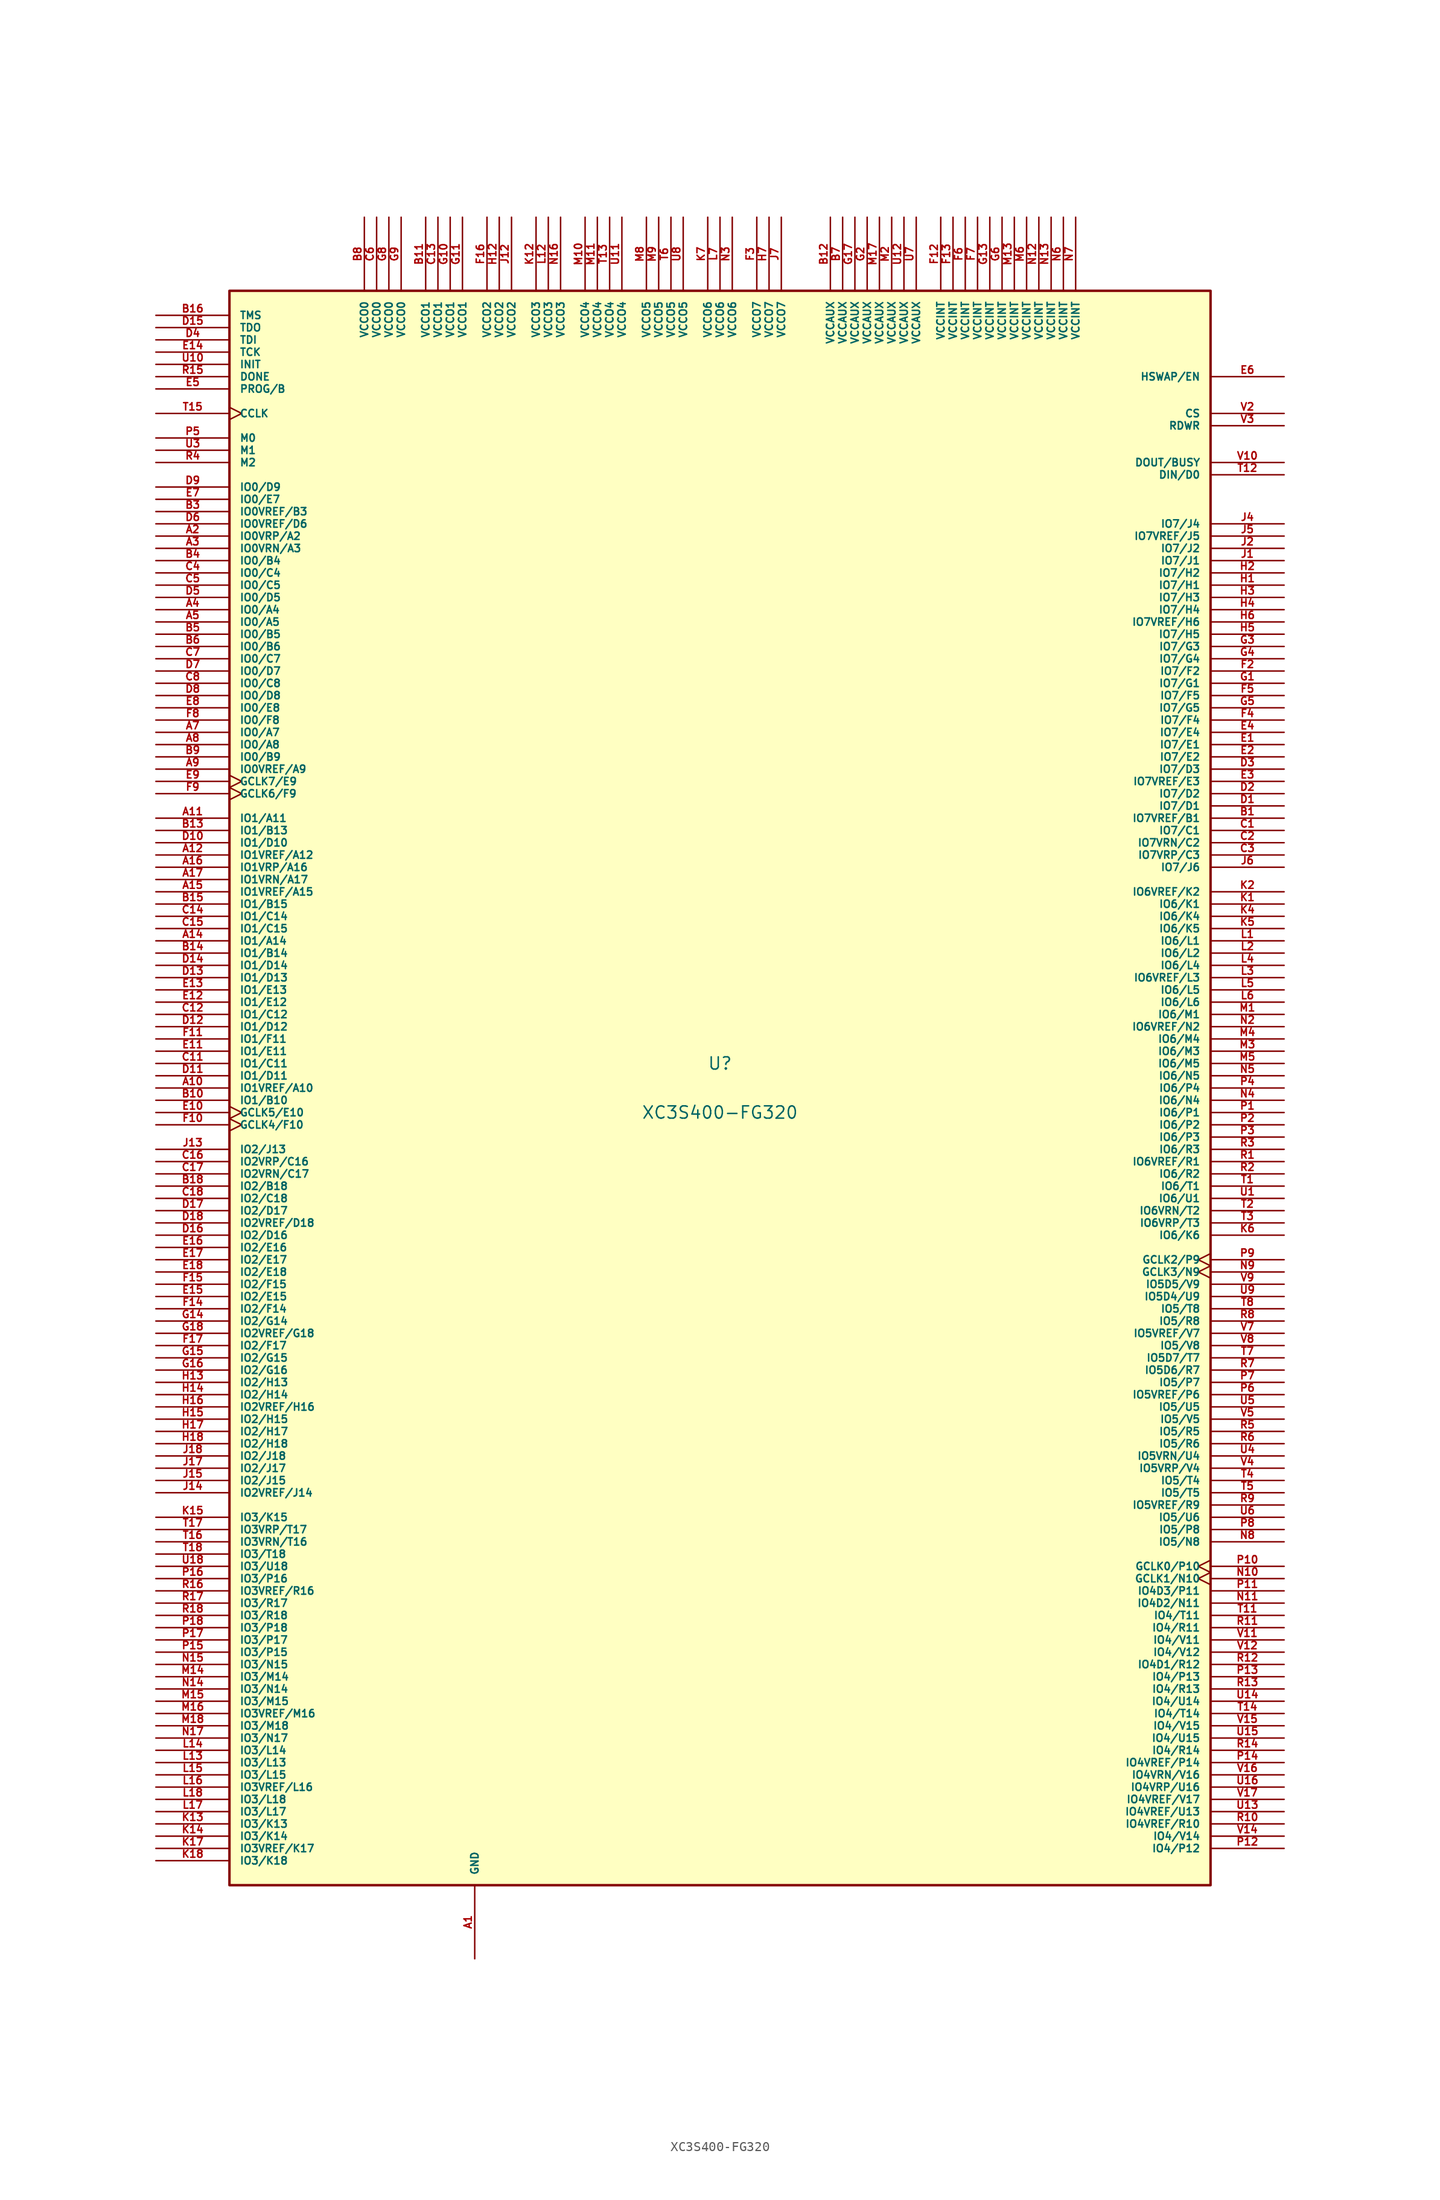
<source format=kicad_sym>
(kicad_symbol_lib
  (version 20231120)
  (generator "kicad_symbol_editor")
  (generator_version "8.0")
  (symbol "XC3S400-FG320"
    (pin_names
      (offset 1.016))
    (property "Reference" "U"
      (at 0 2.54 0)
      (effects (font (size 1.27 1.27))))
    (property "Value" "XC3S400-FG320"
      (at 0 -2.54 0)
      (effects (font (size 1.27 1.27))))
    (symbol "XC3S400-FG320_0_1"
      (rectangle (start -50.8 -82.55) (end 50.8 82.55) (stroke (width 0.254) (type default)) (fill (type background))))
    (symbol "XC3S400-FG320_1_1"
      (pin power_in line (at -25.4 -90.17 90) (length 7.62) (name "GND" (effects (font (size 0.762 0.762)))) (number "A1" (effects (font (size 0.762 0.762)))))
      (pin bidirectional line (at -58.42 0 0) (length 7.62) (name "IO1VREF/A10" (effects (font (size 0.762 0.762)))) (number "A10" (effects (font (size 0.762 0.762)))))
      (pin bidirectional line (at -58.42 27.94 0) (length 7.62) (name "IO1/A11" (effects (font (size 0.762 0.762)))) (number "A11" (effects (font (size 0.762 0.762)))))
      (pin bidirectional line (at -58.42 24.13 0) (length 7.62) (name "IO1VREF/A12" (effects (font (size 0.762 0.762)))) (number "A12" (effects (font (size 0.762 0.762)))))
      (pin passive line (at -25.4 -90.17 90) (length 7.62) hide (name "GND" (effects (font (size 0.762 0.762)))) (number "A13" (effects (font (size 0.762 0.762)))))
      (pin bidirectional line (at -58.42 15.24 0) (length 7.62) (name "IO1/A14" (effects (font (size 0.762 0.762)))) (number "A14" (effects (font (size 0.762 0.762)))))
      (pin bidirectional line (at -58.42 20.32 0) (length 7.62) (name "IO1VREF/A15" (effects (font (size 0.762 0.762)))) (number "A15" (effects (font (size 0.762 0.762)))))
      (pin bidirectional line (at -58.42 22.86 0) (length 7.62) (name "IO1VRP/A16" (effects (font (size 0.762 0.762)))) (number "A16" (effects (font (size 0.762 0.762)))))
      (pin bidirectional line (at -58.42 21.59 0) (length 7.62) (name "IO1VRN/A17" (effects (font (size 0.762 0.762)))) (number "A17" (effects (font (size 0.762 0.762)))))
      (pin passive line (at -25.4 -90.17 90) (length 7.62) hide (name "GND" (effects (font (size 0.762 0.762)))) (number "A18" (effects (font (size 0.762 0.762)))))
      (pin bidirectional line (at -58.42 57.15 0) (length 7.62) (name "IO0VRP/A2" (effects (font (size 0.762 0.762)))) (number "A2" (effects (font (size 0.762 0.762)))))
      (pin bidirectional line (at -58.42 55.88 0) (length 7.62) (name "IO0VRN/A3" (effects (font (size 0.762 0.762)))) (number "A3" (effects (font (size 0.762 0.762)))))
      (pin bidirectional line (at -58.42 49.53 0) (length 7.62) (name "IO0/A4" (effects (font (size 0.762 0.762)))) (number "A4" (effects (font (size 0.762 0.762)))))
      (pin bidirectional line (at -58.42 48.26 0) (length 7.62) (name "IO0/A5" (effects (font (size 0.762 0.762)))) (number "A5" (effects (font (size 0.762 0.762)))))
      (pin passive line (at -25.4 -90.17 90) (length 7.62) hide (name "GND" (effects (font (size 0.762 0.762)))) (number "A6" (effects (font (size 0.762 0.762)))))
      (pin bidirectional line (at -58.42 36.83 0) (length 7.62) (name "IO0/A7" (effects (font (size 0.762 0.762)))) (number "A7" (effects (font (size 0.762 0.762)))))
      (pin bidirectional line (at -58.42 35.56 0) (length 7.62) (name "IO0/A8" (effects (font (size 0.762 0.762)))) (number "A8" (effects (font (size 0.762 0.762)))))
      (pin bidirectional line (at -58.42 33.02 0) (length 7.62) (name "IO0VREF/A9" (effects (font (size 0.762 0.762)))) (number "A9" (effects (font (size 0.762 0.762)))))
      (pin bidirectional line (at 58.42 27.94 180) (length 7.62) (name "IO7VREF/B1" (effects (font (size 0.762 0.762)))) (number "B1" (effects (font (size 0.762 0.762)))))
      (pin bidirectional line (at -58.42 -1.27 0) (length 7.62) (name "IO1/B10" (effects (font (size 0.762 0.762)))) (number "B10" (effects (font (size 0.762 0.762)))))
      (pin power_in line (at -30.48 90.17 270) (length 7.62) (name "VCCO1" (effects (font (size 0.762 0.762)))) (number "B11" (effects (font (size 0.762 0.762)))))
      (pin power_in line (at 11.43 90.17 270) (length 7.62) (name "VCCAUX" (effects (font (size 0.762 0.762)))) (number "B12" (effects (font (size 0.762 0.762)))))
      (pin bidirectional line (at -58.42 26.67 0) (length 7.62) (name "IO1/B13" (effects (font (size 0.762 0.762)))) (number "B13" (effects (font (size 0.762 0.762)))))
      (pin bidirectional line (at -58.42 13.97 0) (length 7.62) (name "IO1/B14" (effects (font (size 0.762 0.762)))) (number "B14" (effects (font (size 0.762 0.762)))))
      (pin bidirectional line (at -58.42 19.05 0) (length 7.62) (name "IO1/B15" (effects (font (size 0.762 0.762)))) (number "B15" (effects (font (size 0.762 0.762)))))
      (pin input line (at -58.42 80.01 0) (length 7.62) (name "TMS" (effects (font (size 0.762 0.762)))) (number "B16" (effects (font (size 0.762 0.762)))))
      (pin passive line (at -25.4 -90.17 90) (length 7.62) hide (name "GND" (effects (font (size 0.762 0.762)))) (number "B17" (effects (font (size 0.762 0.762)))))
      (pin bidirectional line (at -58.42 -10.16 0) (length 7.62) (name "IO2/B18" (effects (font (size 0.762 0.762)))) (number "B18" (effects (font (size 0.762 0.762)))))
      (pin passive line (at -25.4 -90.17 90) (length 7.62) hide (name "GND" (effects (font (size 0.762 0.762)))) (number "B2" (effects (font (size 0.762 0.762)))))
      (pin bidirectional line (at -58.42 59.69 0) (length 7.62) (name "IO0VREF/B3" (effects (font (size 0.762 0.762)))) (number "B3" (effects (font (size 0.762 0.762)))))
      (pin bidirectional line (at -58.42 54.61 0) (length 7.62) (name "IO0/B4" (effects (font (size 0.762 0.762)))) (number "B4" (effects (font (size 0.762 0.762)))))
      (pin bidirectional line (at -58.42 46.99 0) (length 7.62) (name "IO0/B5" (effects (font (size 0.762 0.762)))) (number "B5" (effects (font (size 0.762 0.762)))))
      (pin bidirectional line (at -58.42 45.72 0) (length 7.62) (name "IO0/B6" (effects (font (size 0.762 0.762)))) (number "B6" (effects (font (size 0.762 0.762)))))
      (pin power_in line (at 12.7 90.17 270) (length 7.62) (name "VCCAUX" (effects (font (size 0.762 0.762)))) (number "B7" (effects (font (size 0.762 0.762)))))
      (pin power_in line (at -36.83 90.17 270) (length 7.62) (name "VCCO0" (effects (font (size 0.762 0.762)))) (number "B8" (effects (font (size 0.762 0.762)))))
      (pin bidirectional line (at -58.42 34.29 0) (length 7.62) (name "IO0/B9" (effects (font (size 0.762 0.762)))) (number "B9" (effects (font (size 0.762 0.762)))))
      (pin bidirectional line (at 58.42 26.67 180) (length 7.62) (name "IO7/C1" (effects (font (size 0.762 0.762)))) (number "C1" (effects (font (size 0.762 0.762)))))
      (pin passive line (at -25.4 -90.17 90) (length 7.62) hide (name "GND" (effects (font (size 0.762 0.762)))) (number "C10" (effects (font (size 0.762 0.762)))))
      (pin bidirectional line (at -58.42 2.54 0) (length 7.62) (name "IO1/C11" (effects (font (size 0.762 0.762)))) (number "C11" (effects (font (size 0.762 0.762)))))
      (pin bidirectional line (at -58.42 7.62 0) (length 7.62) (name "IO1/C12" (effects (font (size 0.762 0.762)))) (number "C12" (effects (font (size 0.762 0.762)))))
      (pin power_in line (at -29.21 90.17 270) (length 7.62) (name "VCCO1" (effects (font (size 0.762 0.762)))) (number "C13" (effects (font (size 0.762 0.762)))))
      (pin bidirectional line (at -58.42 17.78 0) (length 7.62) (name "IO1/C14" (effects (font (size 0.762 0.762)))) (number "C14" (effects (font (size 0.762 0.762)))))
      (pin bidirectional line (at -58.42 16.51 0) (length 7.62) (name "IO1/C15" (effects (font (size 0.762 0.762)))) (number "C15" (effects (font (size 0.762 0.762)))))
      (pin bidirectional line (at -58.42 -7.62 0) (length 7.62) (name "IO2VRP/C16" (effects (font (size 0.762 0.762)))) (number "C16" (effects (font (size 0.762 0.762)))))
      (pin bidirectional line (at -58.42 -8.89 0) (length 7.62) (name "IO2VRN/C17" (effects (font (size 0.762 0.762)))) (number "C17" (effects (font (size 0.762 0.762)))))
      (pin bidirectional line (at -58.42 -11.43 0) (length 7.62) (name "IO2/C18" (effects (font (size 0.762 0.762)))) (number "C18" (effects (font (size 0.762 0.762)))))
      (pin bidirectional line (at 58.42 25.4 180) (length 7.62) (name "IO7VRN/C2" (effects (font (size 0.762 0.762)))) (number "C2" (effects (font (size 0.762 0.762)))))
      (pin bidirectional line (at 58.42 24.13 180) (length 7.62) (name "IO7VRP/C3" (effects (font (size 0.762 0.762)))) (number "C3" (effects (font (size 0.762 0.762)))))
      (pin bidirectional line (at -58.42 53.34 0) (length 7.62) (name "IO0/C4" (effects (font (size 0.762 0.762)))) (number "C4" (effects (font (size 0.762 0.762)))))
      (pin bidirectional line (at -58.42 52.07 0) (length 7.62) (name "IO0/C5" (effects (font (size 0.762 0.762)))) (number "C5" (effects (font (size 0.762 0.762)))))
      (pin power_in line (at -35.56 90.17 270) (length 7.62) (name "VCCO0" (effects (font (size 0.762 0.762)))) (number "C6" (effects (font (size 0.762 0.762)))))
      (pin bidirectional line (at -58.42 44.45 0) (length 7.62) (name "IO0/C7" (effects (font (size 0.762 0.762)))) (number "C7" (effects (font (size 0.762 0.762)))))
      (pin bidirectional line (at -58.42 41.91 0) (length 7.62) (name "IO0/C8" (effects (font (size 0.762 0.762)))) (number "C8" (effects (font (size 0.762 0.762)))))
      (pin passive line (at -25.4 -90.17 90) (length 7.62) hide (name "GND" (effects (font (size 0.762 0.762)))) (number "C9" (effects (font (size 0.762 0.762)))))
      (pin bidirectional line (at 58.42 29.21 180) (length 7.62) (name "IO7/D1" (effects (font (size 0.762 0.762)))) (number "D1" (effects (font (size 0.762 0.762)))))
      (pin bidirectional line (at -58.42 25.4 0) (length 7.62) (name "IO1/D10" (effects (font (size 0.762 0.762)))) (number "D10" (effects (font (size 0.762 0.762)))))
      (pin bidirectional line (at -58.42 1.27 0) (length 7.62) (name "IO1/D11" (effects (font (size 0.762 0.762)))) (number "D11" (effects (font (size 0.762 0.762)))))
      (pin bidirectional line (at -58.42 6.35 0) (length 7.62) (name "IO1/D12" (effects (font (size 0.762 0.762)))) (number "D12" (effects (font (size 0.762 0.762)))))
      (pin bidirectional line (at -58.42 11.43 0) (length 7.62) (name "IO1/D13" (effects (font (size 0.762 0.762)))) (number "D13" (effects (font (size 0.762 0.762)))))
      (pin bidirectional line (at -58.42 12.7 0) (length 7.62) (name "IO1/D14" (effects (font (size 0.762 0.762)))) (number "D14" (effects (font (size 0.762 0.762)))))
      (pin output line (at -58.42 78.74 0) (length 7.62) (name "TDO" (effects (font (size 0.762 0.762)))) (number "D15" (effects (font (size 0.762 0.762)))))
      (pin bidirectional line (at -58.42 -15.24 0) (length 7.62) (name "IO2/D16" (effects (font (size 0.762 0.762)))) (number "D16" (effects (font (size 0.762 0.762)))))
      (pin bidirectional line (at -58.42 -12.7 0) (length 7.62) (name "IO2/D17" (effects (font (size 0.762 0.762)))) (number "D17" (effects (font (size 0.762 0.762)))))
      (pin bidirectional line (at -58.42 -13.97 0) (length 7.62) (name "IO2VREF/D18" (effects (font (size 0.762 0.762)))) (number "D18" (effects (font (size 0.762 0.762)))))
      (pin bidirectional line (at 58.42 30.48 180) (length 7.62) (name "IO7/D2" (effects (font (size 0.762 0.762)))) (number "D2" (effects (font (size 0.762 0.762)))))
      (pin bidirectional line (at 58.42 33.02 180) (length 7.62) (name "IO7/D3" (effects (font (size 0.762 0.762)))) (number "D3" (effects (font (size 0.762 0.762)))))
      (pin input line (at -58.42 77.47 0) (length 7.62) (name "TDI" (effects (font (size 0.762 0.762)))) (number "D4" (effects (font (size 0.762 0.762)))))
      (pin bidirectional line (at -58.42 50.8 0) (length 7.62) (name "IO0/D5" (effects (font (size 0.762 0.762)))) (number "D5" (effects (font (size 0.762 0.762)))))
      (pin bidirectional line (at -58.42 58.42 0) (length 7.62) (name "IO0VREF/D6" (effects (font (size 0.762 0.762)))) (number "D6" (effects (font (size 0.762 0.762)))))
      (pin bidirectional line (at -58.42 43.18 0) (length 7.62) (name "IO0/D7" (effects (font (size 0.762 0.762)))) (number "D7" (effects (font (size 0.762 0.762)))))
      (pin bidirectional line (at -58.42 40.64 0) (length 7.62) (name "IO0/D8" (effects (font (size 0.762 0.762)))) (number "D8" (effects (font (size 0.762 0.762)))))
      (pin bidirectional line (at -58.42 62.23 0) (length 7.62) (name "IO0/D9" (effects (font (size 0.762 0.762)))) (number "D9" (effects (font (size 0.762 0.762)))))
      (pin bidirectional line (at 58.42 35.56 180) (length 7.62) (name "IO7/E1" (effects (font (size 0.762 0.762)))) (number "E1" (effects (font (size 0.762 0.762)))))
      (pin input clock (at -58.42 -2.54 0) (length 7.62) (name "GCLK5/E10" (effects (font (size 0.762 0.762)))) (number "E10" (effects (font (size 0.762 0.762)))))
      (pin bidirectional line (at -58.42 3.81 0) (length 7.62) (name "IO1/E11" (effects (font (size 0.762 0.762)))) (number "E11" (effects (font (size 0.762 0.762)))))
      (pin bidirectional line (at -58.42 8.89 0) (length 7.62) (name "IO1/E12" (effects (font (size 0.762 0.762)))) (number "E12" (effects (font (size 0.762 0.762)))))
      (pin bidirectional line (at -58.42 10.16 0) (length 7.62) (name "IO1/E13" (effects (font (size 0.762 0.762)))) (number "E13" (effects (font (size 0.762 0.762)))))
      (pin input line (at -58.42 76.2 0) (length 7.62) (name "TCK" (effects (font (size 0.762 0.762)))) (number "E14" (effects (font (size 0.762 0.762)))))
      (pin bidirectional line (at -58.42 -21.59 0) (length 7.62) (name "IO2/E15" (effects (font (size 0.762 0.762)))) (number "E15" (effects (font (size 0.762 0.762)))))
      (pin bidirectional line (at -58.42 -16.51 0) (length 7.62) (name "IO2/E16" (effects (font (size 0.762 0.762)))) (number "E16" (effects (font (size 0.762 0.762)))))
      (pin bidirectional line (at -58.42 -17.78 0) (length 7.62) (name "IO2/E17" (effects (font (size 0.762 0.762)))) (number "E17" (effects (font (size 0.762 0.762)))))
      (pin bidirectional line (at -58.42 -19.05 0) (length 7.62) (name "IO2/E18" (effects (font (size 0.762 0.762)))) (number "E18" (effects (font (size 0.762 0.762)))))
      (pin bidirectional line (at 58.42 34.29 180) (length 7.62) (name "IO7/E2" (effects (font (size 0.762 0.762)))) (number "E2" (effects (font (size 0.762 0.762)))))
      (pin bidirectional line (at 58.42 31.75 180) (length 7.62) (name "IO7VREF/E3" (effects (font (size 0.762 0.762)))) (number "E3" (effects (font (size 0.762 0.762)))))
      (pin bidirectional line (at 58.42 36.83 180) (length 7.62) (name "IO7/E4" (effects (font (size 0.762 0.762)))) (number "E4" (effects (font (size 0.762 0.762)))))
      (pin input line (at -58.42 72.39 0) (length 7.62) (name "PROG/B" (effects (font (size 0.762 0.762)))) (number "E5" (effects (font (size 0.762 0.762)))))
      (pin input line (at 58.42 73.66 180) (length 7.62) (name "HSWAP/EN" (effects (font (size 0.762 0.762)))) (number "E6" (effects (font (size 0.762 0.762)))))
      (pin bidirectional line (at -58.42 60.96 0) (length 7.62) (name "IO0/E7" (effects (font (size 0.762 0.762)))) (number "E7" (effects (font (size 0.762 0.762)))))
      (pin bidirectional line (at -58.42 39.37 0) (length 7.62) (name "IO0/E8" (effects (font (size 0.762 0.762)))) (number "E8" (effects (font (size 0.762 0.762)))))
      (pin input clock (at -58.42 31.75 0) (length 7.62) (name "GCLK7/E9" (effects (font (size 0.762 0.762)))) (number "E9" (effects (font (size 0.762 0.762)))))
      (pin passive line (at -25.4 -90.17 90) (length 7.62) hide (name "GND" (effects (font (size 0.762 0.762)))) (number "F1" (effects (font (size 0.762 0.762)))))
      (pin input clock (at -58.42 -3.81 0) (length 7.62) (name "GCLK4/F10" (effects (font (size 0.762 0.762)))) (number "F10" (effects (font (size 0.762 0.762)))))
      (pin bidirectional line (at -58.42 5.08 0) (length 7.62) (name "IO1/F11" (effects (font (size 0.762 0.762)))) (number "F11" (effects (font (size 0.762 0.762)))))
      (pin power_in line (at 22.86 90.17 270) (length 7.62) (name "VCCINT" (effects (font (size 0.762 0.762)))) (number "F12" (effects (font (size 0.762 0.762)))))
      (pin power_in line (at 24.13 90.17 270) (length 7.62) (name "VCCINT" (effects (font (size 0.762 0.762)))) (number "F13" (effects (font (size 0.762 0.762)))))
      (pin bidirectional line (at -58.42 -22.86 0) (length 7.62) (name "IO2/F14" (effects (font (size 0.762 0.762)))) (number "F14" (effects (font (size 0.762 0.762)))))
      (pin bidirectional line (at -58.42 -20.32 0) (length 7.62) (name "IO2/F15" (effects (font (size 0.762 0.762)))) (number "F15" (effects (font (size 0.762 0.762)))))
      (pin power_in line (at -24.13 90.17 270) (length 7.62) (name "VCCO2" (effects (font (size 0.762 0.762)))) (number "F16" (effects (font (size 0.762 0.762)))))
      (pin bidirectional line (at -58.42 -26.67 0) (length 7.62) (name "IO2/F17" (effects (font (size 0.762 0.762)))) (number "F17" (effects (font (size 0.762 0.762)))))
      (pin passive line (at -25.4 -90.17 90) (length 7.62) hide (name "GND" (effects (font (size 0.762 0.762)))) (number "F18" (effects (font (size 0.762 0.762)))))
      (pin bidirectional line (at 58.42 43.18 180) (length 7.62) (name "IO7/F2" (effects (font (size 0.762 0.762)))) (number "F2" (effects (font (size 0.762 0.762)))))
      (pin power_in line (at 3.81 90.17 270) (length 7.62) (name "VCCO7" (effects (font (size 0.762 0.762)))) (number "F3" (effects (font (size 0.762 0.762)))))
      (pin bidirectional line (at 58.42 38.1 180) (length 7.62) (name "IO7/F4" (effects (font (size 0.762 0.762)))) (number "F4" (effects (font (size 0.762 0.762)))))
      (pin bidirectional line (at 58.42 40.64 180) (length 7.62) (name "IO7/F5" (effects (font (size 0.762 0.762)))) (number "F5" (effects (font (size 0.762 0.762)))))
      (pin power_in line (at 25.4 90.17 270) (length 7.62) (name "VCCINT" (effects (font (size 0.762 0.762)))) (number "F6" (effects (font (size 0.762 0.762)))))
      (pin power_in line (at 26.67 90.17 270) (length 7.62) (name "VCCINT" (effects (font (size 0.762 0.762)))) (number "F7" (effects (font (size 0.762 0.762)))))
      (pin bidirectional line (at -58.42 38.1 0) (length 7.62) (name "IO0/F8" (effects (font (size 0.762 0.762)))) (number "F8" (effects (font (size 0.762 0.762)))))
      (pin input clock (at -58.42 30.48 0) (length 7.62) (name "GCLK6/F9" (effects (font (size 0.762 0.762)))) (number "F9" (effects (font (size 0.762 0.762)))))
      (pin bidirectional line (at 58.42 41.91 180) (length 7.62) (name "IO7/G1" (effects (font (size 0.762 0.762)))) (number "G1" (effects (font (size 0.762 0.762)))))
      (pin power_in line (at -27.94 90.17 270) (length 7.62) (name "VCCO1" (effects (font (size 0.762 0.762)))) (number "G10" (effects (font (size 0.762 0.762)))))
      (pin power_in line (at -26.67 90.17 270) (length 7.62) (name "VCCO1" (effects (font (size 0.762 0.762)))) (number "G11" (effects (font (size 0.762 0.762)))))
      (pin passive line (at -25.4 -90.17 90) (length 7.62) hide (name "GND" (effects (font (size 0.762 0.762)))) (number "G12" (effects (font (size 0.762 0.762)))))
      (pin power_in line (at 27.94 90.17 270) (length 7.62) (name "VCCINT" (effects (font (size 0.762 0.762)))) (number "G13" (effects (font (size 0.762 0.762)))))
      (pin bidirectional line (at -58.42 -24.13 0) (length 7.62) (name "IO2/G14" (effects (font (size 0.762 0.762)))) (number "G14" (effects (font (size 0.762 0.762)))))
      (pin bidirectional line (at -58.42 -27.94 0) (length 7.62) (name "IO2/G15" (effects (font (size 0.762 0.762)))) (number "G15" (effects (font (size 0.762 0.762)))))
      (pin bidirectional line (at -58.42 -29.21 0) (length 7.62) (name "IO2/G16" (effects (font (size 0.762 0.762)))) (number "G16" (effects (font (size 0.762 0.762)))))
      (pin power_in line (at 13.97 90.17 270) (length 7.62) (name "VCCAUX" (effects (font (size 0.762 0.762)))) (number "G17" (effects (font (size 0.762 0.762)))))
      (pin bidirectional line (at -58.42 -25.4 0) (length 7.62) (name "IO2VREF/G18" (effects (font (size 0.762 0.762)))) (number "G18" (effects (font (size 0.762 0.762)))))
      (pin power_in line (at 15.24 90.17 270) (length 7.62) (name "VCCAUX" (effects (font (size 0.762 0.762)))) (number "G2" (effects (font (size 0.762 0.762)))))
      (pin bidirectional line (at 58.42 45.72 180) (length 7.62) (name "IO7/G3" (effects (font (size 0.762 0.762)))) (number "G3" (effects (font (size 0.762 0.762)))))
      (pin bidirectional line (at 58.42 44.45 180) (length 7.62) (name "IO7/G4" (effects (font (size 0.762 0.762)))) (number "G4" (effects (font (size 0.762 0.762)))))
      (pin bidirectional line (at 58.42 39.37 180) (length 7.62) (name "IO7/G5" (effects (font (size 0.762 0.762)))) (number "G5" (effects (font (size 0.762 0.762)))))
      (pin power_in line (at 29.21 90.17 270) (length 7.62) (name "VCCINT" (effects (font (size 0.762 0.762)))) (number "G6" (effects (font (size 0.762 0.762)))))
      (pin passive line (at -25.4 -90.17 90) (length 7.62) hide (name "GND" (effects (font (size 0.762 0.762)))) (number "G7" (effects (font (size 0.762 0.762)))))
      (pin power_in line (at -34.29 90.17 270) (length 7.62) (name "VCCO0" (effects (font (size 0.762 0.762)))) (number "G8" (effects (font (size 0.762 0.762)))))
      (pin power_in line (at -33.02 90.17 270) (length 7.62) (name "VCCO0" (effects (font (size 0.762 0.762)))) (number "G9" (effects (font (size 0.762 0.762)))))
      (pin bidirectional line (at 58.42 52.07 180) (length 7.62) (name "IO7/H1" (effects (font (size 0.762 0.762)))) (number "H1" (effects (font (size 0.762 0.762)))))
      (pin passive line (at -25.4 -90.17 90) (length 7.62) hide (name "GND" (effects (font (size 0.762 0.762)))) (number "H10" (effects (font (size 0.762 0.762)))))
      (pin passive line (at -25.4 -90.17 90) (length 7.62) hide (name "GND" (effects (font (size 0.762 0.762)))) (number "H11" (effects (font (size 0.762 0.762)))))
      (pin power_in line (at -22.86 90.17 270) (length 7.62) (name "VCCO2" (effects (font (size 0.762 0.762)))) (number "H12" (effects (font (size 0.762 0.762)))))
      (pin bidirectional line (at -58.42 -30.48 0) (length 7.62) (name "IO2/H13" (effects (font (size 0.762 0.762)))) (number "H13" (effects (font (size 0.762 0.762)))))
      (pin bidirectional line (at -58.42 -31.75 0) (length 7.62) (name "IO2/H14" (effects (font (size 0.762 0.762)))) (number "H14" (effects (font (size 0.762 0.762)))))
      (pin bidirectional line (at -58.42 -34.29 0) (length 7.62) (name "IO2/H15" (effects (font (size 0.762 0.762)))) (number "H15" (effects (font (size 0.762 0.762)))))
      (pin bidirectional line (at -58.42 -33.02 0) (length 7.62) (name "IO2VREF/H16" (effects (font (size 0.762 0.762)))) (number "H16" (effects (font (size 0.762 0.762)))))
      (pin bidirectional line (at -58.42 -35.56 0) (length 7.62) (name "IO2/H17" (effects (font (size 0.762 0.762)))) (number "H17" (effects (font (size 0.762 0.762)))))
      (pin bidirectional line (at -58.42 -36.83 0) (length 7.62) (name "IO2/H18" (effects (font (size 0.762 0.762)))) (number "H18" (effects (font (size 0.762 0.762)))))
      (pin bidirectional line (at 58.42 53.34 180) (length 7.62) (name "IO7/H2" (effects (font (size 0.762 0.762)))) (number "H2" (effects (font (size 0.762 0.762)))))
      (pin bidirectional line (at 58.42 50.8 180) (length 7.62) (name "IO7/H3" (effects (font (size 0.762 0.762)))) (number "H3" (effects (font (size 0.762 0.762)))))
      (pin bidirectional line (at 58.42 49.53 180) (length 7.62) (name "IO7/H4" (effects (font (size 0.762 0.762)))) (number "H4" (effects (font (size 0.762 0.762)))))
      (pin bidirectional line (at 58.42 46.99 180) (length 7.62) (name "IO7/H5" (effects (font (size 0.762 0.762)))) (number "H5" (effects (font (size 0.762 0.762)))))
      (pin bidirectional line (at 58.42 48.26 180) (length 7.62) (name "IO7VREF/H6" (effects (font (size 0.762 0.762)))) (number "H6" (effects (font (size 0.762 0.762)))))
      (pin power_in line (at 5.08 90.17 270) (length 7.62) (name "VCCO7" (effects (font (size 0.762 0.762)))) (number "H7" (effects (font (size 0.762 0.762)))))
      (pin passive line (at -25.4 -90.17 90) (length 7.62) hide (name "GND" (effects (font (size 0.762 0.762)))) (number "H8" (effects (font (size 0.762 0.762)))))
      (pin passive line (at -25.4 -90.17 90) (length 7.62) hide (name "GND" (effects (font (size 0.762 0.762)))) (number "H9" (effects (font (size 0.762 0.762)))))
      (pin bidirectional line (at 58.42 54.61 180) (length 7.62) (name "IO7/J1" (effects (font (size 0.762 0.762)))) (number "J1" (effects (font (size 0.762 0.762)))))
      (pin passive line (at -25.4 -90.17 90) (length 7.62) hide (name "GND" (effects (font (size 0.762 0.762)))) (number "J11" (effects (font (size 0.762 0.762)))))
      (pin power_in line (at -21.59 90.17 270) (length 7.62) (name "VCCO2" (effects (font (size 0.762 0.762)))) (number "J12" (effects (font (size 0.762 0.762)))))
      (pin bidirectional line (at -58.42 -6.35 0) (length 7.62) (name "IO2/J13" (effects (font (size 0.762 0.762)))) (number "J13" (effects (font (size 0.762 0.762)))))
      (pin bidirectional line (at -58.42 -41.91 0) (length 7.62) (name "IO2VREF/J14" (effects (font (size 0.762 0.762)))) (number "J14" (effects (font (size 0.762 0.762)))))
      (pin bidirectional line (at -58.42 -40.64 0) (length 7.62) (name "IO2/J15" (effects (font (size 0.762 0.762)))) (number "J15" (effects (font (size 0.762 0.762)))))
      (pin passive line (at -25.4 -90.17 90) (length 7.62) hide (name "GND" (effects (font (size 0.762 0.762)))) (number "J16" (effects (font (size 0.762 0.762)))))
      (pin bidirectional line (at -58.42 -39.37 0) (length 7.62) (name "IO2/J17" (effects (font (size 0.762 0.762)))) (number "J17" (effects (font (size 0.762 0.762)))))
      (pin bidirectional line (at -58.42 -38.1 0) (length 7.62) (name "IO2/J18" (effects (font (size 0.762 0.762)))) (number "J18" (effects (font (size 0.762 0.762)))))
      (pin bidirectional line (at 58.42 55.88 180) (length 7.62) (name "IO7/J2" (effects (font (size 0.762 0.762)))) (number "J2" (effects (font (size 0.762 0.762)))))
      (pin passive line (at -25.4 -90.17 90) (length 7.62) hide (name "GND" (effects (font (size 0.762 0.762)))) (number "J3" (effects (font (size 0.762 0.762)))))
      (pin bidirectional line (at 58.42 58.42 180) (length 7.62) (name "IO7/J4" (effects (font (size 0.762 0.762)))) (number "J4" (effects (font (size 0.762 0.762)))))
      (pin bidirectional line (at 58.42 57.15 180) (length 7.62) (name "IO7VREF/J5" (effects (font (size 0.762 0.762)))) (number "J5" (effects (font (size 0.762 0.762)))))
      (pin bidirectional line (at 58.42 22.86 180) (length 7.62) (name "IO7/J6" (effects (font (size 0.762 0.762)))) (number "J6" (effects (font (size 0.762 0.762)))))
      (pin power_in line (at 6.35 90.17 270) (length 7.62) (name "VCCO7" (effects (font (size 0.762 0.762)))) (number "J7" (effects (font (size 0.762 0.762)))))
      (pin passive line (at -25.4 -90.17 90) (length 7.62) hide (name "GND" (effects (font (size 0.762 0.762)))) (number "J8" (effects (font (size 0.762 0.762)))))
      (pin bidirectional line (at 58.42 19.05 180) (length 7.62) (name "IO6/K1" (effects (font (size 0.762 0.762)))) (number "K1" (effects (font (size 0.762 0.762)))))
      (pin passive line (at -25.4 -90.17 90) (length 7.62) hide (name "GND" (effects (font (size 0.762 0.762)))) (number "K11" (effects (font (size 0.762 0.762)))))
      (pin power_in line (at -19.05 90.17 270) (length 7.62) (name "VCCO3" (effects (font (size 0.762 0.762)))) (number "K12" (effects (font (size 0.762 0.762)))))
      (pin bidirectional line (at -58.42 -76.2 0) (length 7.62) (name "IO3/K13" (effects (font (size 0.762 0.762)))) (number "K13" (effects (font (size 0.762 0.762)))))
      (pin bidirectional line (at -58.42 -77.47 0) (length 7.62) (name "IO3/K14" (effects (font (size 0.762 0.762)))) (number "K14" (effects (font (size 0.762 0.762)))))
      (pin bidirectional line (at -58.42 -44.45 0) (length 7.62) (name "IO3/K15" (effects (font (size 0.762 0.762)))) (number "K15" (effects (font (size 0.762 0.762)))))
      (pin passive line (at -25.4 -90.17 90) (length 7.62) hide (name "GND" (effects (font (size 0.762 0.762)))) (number "K16" (effects (font (size 0.762 0.762)))))
      (pin bidirectional line (at -58.42 -78.74 0) (length 7.62) (name "IO3VREF/K17" (effects (font (size 0.762 0.762)))) (number "K17" (effects (font (size 0.762 0.762)))))
      (pin bidirectional line (at -58.42 -80.01 0) (length 7.62) (name "IO3/K18" (effects (font (size 0.762 0.762)))) (number "K18" (effects (font (size 0.762 0.762)))))
      (pin bidirectional line (at 58.42 20.32 180) (length 7.62) (name "IO6VREF/K2" (effects (font (size 0.762 0.762)))) (number "K2" (effects (font (size 0.762 0.762)))))
      (pin passive line (at -25.4 -90.17 90) (length 7.62) hide (name "GND" (effects (font (size 0.762 0.762)))) (number "K3" (effects (font (size 0.762 0.762)))))
      (pin bidirectional line (at 58.42 17.78 180) (length 7.62) (name "IO6/K4" (effects (font (size 0.762 0.762)))) (number "K4" (effects (font (size 0.762 0.762)))))
      (pin bidirectional line (at 58.42 16.51 180) (length 7.62) (name "IO6/K5" (effects (font (size 0.762 0.762)))) (number "K5" (effects (font (size 0.762 0.762)))))
      (pin bidirectional line (at 58.42 -15.24 180) (length 7.62) (name "IO6/K6" (effects (font (size 0.762 0.762)))) (number "K6" (effects (font (size 0.762 0.762)))))
      (pin power_in line (at -1.27 90.17 270) (length 7.62) (name "VCCO6" (effects (font (size 0.762 0.762)))) (number "K7" (effects (font (size 0.762 0.762)))))
      (pin passive line (at -25.4 -90.17 90) (length 7.62) hide (name "GND" (effects (font (size 0.762 0.762)))) (number "K8" (effects (font (size 0.762 0.762)))))
      (pin bidirectional line (at 58.42 15.24 180) (length 7.62) (name "IO6/L1" (effects (font (size 0.762 0.762)))) (number "L1" (effects (font (size 0.762 0.762)))))
      (pin passive line (at -25.4 -90.17 90) (length 7.62) hide (name "GND" (effects (font (size 0.762 0.762)))) (number "L10" (effects (font (size 0.762 0.762)))))
      (pin passive line (at -25.4 -90.17 90) (length 7.62) hide (name "GND" (effects (font (size 0.762 0.762)))) (number "L11" (effects (font (size 0.762 0.762)))))
      (pin power_in line (at -17.78 90.17 270) (length 7.62) (name "VCCO3" (effects (font (size 0.762 0.762)))) (number "L12" (effects (font (size 0.762 0.762)))))
      (pin bidirectional line (at -58.42 -69.85 0) (length 7.62) (name "IO3/L13" (effects (font (size 0.762 0.762)))) (number "L13" (effects (font (size 0.762 0.762)))))
      (pin bidirectional line (at -58.42 -68.58 0) (length 7.62) (name "IO3/L14" (effects (font (size 0.762 0.762)))) (number "L14" (effects (font (size 0.762 0.762)))))
      (pin bidirectional line (at -58.42 -71.12 0) (length 7.62) (name "IO3/L15" (effects (font (size 0.762 0.762)))) (number "L15" (effects (font (size 0.762 0.762)))))
      (pin bidirectional line (at -58.42 -72.39 0) (length 7.62) (name "IO3VREF/L16" (effects (font (size 0.762 0.762)))) (number "L16" (effects (font (size 0.762 0.762)))))
      (pin bidirectional line (at -58.42 -74.93 0) (length 7.62) (name "IO3/L17" (effects (font (size 0.762 0.762)))) (number "L17" (effects (font (size 0.762 0.762)))))
      (pin bidirectional line (at -58.42 -73.66 0) (length 7.62) (name "IO3/L18" (effects (font (size 0.762 0.762)))) (number "L18" (effects (font (size 0.762 0.762)))))
      (pin bidirectional line (at 58.42 13.97 180) (length 7.62) (name "IO6/L2" (effects (font (size 0.762 0.762)))) (number "L2" (effects (font (size 0.762 0.762)))))
      (pin bidirectional line (at 58.42 11.43 180) (length 7.62) (name "IO6VREF/L3" (effects (font (size 0.762 0.762)))) (number "L3" (effects (font (size 0.762 0.762)))))
      (pin bidirectional line (at 58.42 12.7 180) (length 7.62) (name "IO6/L4" (effects (font (size 0.762 0.762)))) (number "L4" (effects (font (size 0.762 0.762)))))
      (pin bidirectional line (at 58.42 10.16 180) (length 7.62) (name "IO6/L5" (effects (font (size 0.762 0.762)))) (number "L5" (effects (font (size 0.762 0.762)))))
      (pin bidirectional line (at 58.42 8.89 180) (length 7.62) (name "IO6/L6" (effects (font (size 0.762 0.762)))) (number "L6" (effects (font (size 0.762 0.762)))))
      (pin power_in line (at 0 90.17 270) (length 7.62) (name "VCCO6" (effects (font (size 0.762 0.762)))) (number "L7" (effects (font (size 0.762 0.762)))))
      (pin passive line (at -25.4 -90.17 90) (length 7.62) hide (name "GND" (effects (font (size 0.762 0.762)))) (number "L8" (effects (font (size 0.762 0.762)))))
      (pin passive line (at -25.4 -90.17 90) (length 7.62) hide (name "GND" (effects (font (size 0.762 0.762)))) (number "L9" (effects (font (size 0.762 0.762)))))
      (pin bidirectional line (at 58.42 7.62 180) (length 7.62) (name "IO6/M1" (effects (font (size 0.762 0.762)))) (number "M1" (effects (font (size 0.762 0.762)))))
      (pin power_in line (at -13.97 90.17 270) (length 7.62) (name "VCCO4" (effects (font (size 0.762 0.762)))) (number "M10" (effects (font (size 0.762 0.762)))))
      (pin power_in line (at -12.7 90.17 270) (length 7.62) (name "VCCO4" (effects (font (size 0.762 0.762)))) (number "M11" (effects (font (size 0.762 0.762)))))
      (pin passive line (at -25.4 -90.17 90) (length 7.62) hide (name "GND" (effects (font (size 0.762 0.762)))) (number "M12" (effects (font (size 0.762 0.762)))))
      (pin power_in line (at 30.48 90.17 270) (length 7.62) (name "VCCINT" (effects (font (size 0.762 0.762)))) (number "M13" (effects (font (size 0.762 0.762)))))
      (pin bidirectional line (at -58.42 -60.96 0) (length 7.62) (name "IO3/M14" (effects (font (size 0.762 0.762)))) (number "M14" (effects (font (size 0.762 0.762)))))
      (pin bidirectional line (at -58.42 -63.5 0) (length 7.62) (name "IO3/M15" (effects (font (size 0.762 0.762)))) (number "M15" (effects (font (size 0.762 0.762)))))
      (pin bidirectional line (at -58.42 -64.77 0) (length 7.62) (name "IO3VREF/M16" (effects (font (size 0.762 0.762)))) (number "M16" (effects (font (size 0.762 0.762)))))
      (pin power_in line (at 16.51 90.17 270) (length 7.62) (name "VCCAUX" (effects (font (size 0.762 0.762)))) (number "M17" (effects (font (size 0.762 0.762)))))
      (pin bidirectional line (at -58.42 -66.04 0) (length 7.62) (name "IO3/M18" (effects (font (size 0.762 0.762)))) (number "M18" (effects (font (size 0.762 0.762)))))
      (pin power_in line (at 17.78 90.17 270) (length 7.62) (name "VCCAUX" (effects (font (size 0.762 0.762)))) (number "M2" (effects (font (size 0.762 0.762)))))
      (pin bidirectional line (at 58.42 3.81 180) (length 7.62) (name "IO6/M3" (effects (font (size 0.762 0.762)))) (number "M3" (effects (font (size 0.762 0.762)))))
      (pin bidirectional line (at 58.42 5.08 180) (length 7.62) (name "IO6/M4" (effects (font (size 0.762 0.762)))) (number "M4" (effects (font (size 0.762 0.762)))))
      (pin bidirectional line (at 58.42 2.54 180) (length 7.62) (name "IO6/M5" (effects (font (size 0.762 0.762)))) (number "M5" (effects (font (size 0.762 0.762)))))
      (pin power_in line (at 31.75 90.17 270) (length 7.62) (name "VCCINT" (effects (font (size 0.762 0.762)))) (number "M6" (effects (font (size 0.762 0.762)))))
      (pin passive line (at -25.4 -90.17 90) (length 7.62) hide (name "GND" (effects (font (size 0.762 0.762)))) (number "M7" (effects (font (size 0.762 0.762)))))
      (pin power_in line (at -7.62 90.17 270) (length 7.62) (name "VCCO5" (effects (font (size 0.762 0.762)))) (number "M8" (effects (font (size 0.762 0.762)))))
      (pin power_in line (at -6.35 90.17 270) (length 7.62) (name "VCCO5" (effects (font (size 0.762 0.762)))) (number "M9" (effects (font (size 0.762 0.762)))))
      (pin passive line (at -25.4 -90.17 90) (length 7.62) hide (name "GND" (effects (font (size 0.762 0.762)))) (number "N1" (effects (font (size 0.762 0.762)))))
      (pin input clock (at 58.42 -50.8 180) (length 7.62) (name "GCLK1/N10" (effects (font (size 0.762 0.762)))) (number "N10" (effects (font (size 0.762 0.762)))))
      (pin bidirectional line (at 58.42 -53.34 180) (length 7.62) (name "IO4D2/N11" (effects (font (size 0.762 0.762)))) (number "N11" (effects (font (size 0.762 0.762)))))
      (pin power_in line (at 33.02 90.17 270) (length 7.62) (name "VCCINT" (effects (font (size 0.762 0.762)))) (number "N12" (effects (font (size 0.762 0.762)))))
      (pin power_in line (at 34.29 90.17 270) (length 7.62) (name "VCCINT" (effects (font (size 0.762 0.762)))) (number "N13" (effects (font (size 0.762 0.762)))))
      (pin bidirectional line (at -58.42 -62.23 0) (length 7.62) (name "IO3/N14" (effects (font (size 0.762 0.762)))) (number "N14" (effects (font (size 0.762 0.762)))))
      (pin bidirectional line (at -58.42 -59.69 0) (length 7.62) (name "IO3/N15" (effects (font (size 0.762 0.762)))) (number "N15" (effects (font (size 0.762 0.762)))))
      (pin power_in line (at -16.51 90.17 270) (length 7.62) (name "VCCO3" (effects (font (size 0.762 0.762)))) (number "N16" (effects (font (size 0.762 0.762)))))
      (pin bidirectional line (at -58.42 -67.31 0) (length 7.62) (name "IO3/N17" (effects (font (size 0.762 0.762)))) (number "N17" (effects (font (size 0.762 0.762)))))
      (pin passive line (at -25.4 -90.17 90) (length 7.62) hide (name "GND" (effects (font (size 0.762 0.762)))) (number "N18" (effects (font (size 0.762 0.762)))))
      (pin bidirectional line (at 58.42 6.35 180) (length 7.62) (name "IO6VREF/N2" (effects (font (size 0.762 0.762)))) (number "N2" (effects (font (size 0.762 0.762)))))
      (pin power_in line (at 1.27 90.17 270) (length 7.62) (name "VCCO6" (effects (font (size 0.762 0.762)))) (number "N3" (effects (font (size 0.762 0.762)))))
      (pin bidirectional line (at 58.42 -1.27 180) (length 7.62) (name "IO6/N4" (effects (font (size 0.762 0.762)))) (number "N4" (effects (font (size 0.762 0.762)))))
      (pin bidirectional line (at 58.42 1.27 180) (length 7.62) (name "IO6/N5" (effects (font (size 0.762 0.762)))) (number "N5" (effects (font (size 0.762 0.762)))))
      (pin power_in line (at 35.56 90.17 270) (length 7.62) (name "VCCINT" (effects (font (size 0.762 0.762)))) (number "N6" (effects (font (size 0.762 0.762)))))
      (pin power_in line (at 36.83 90.17 270) (length 7.62) (name "VCCINT" (effects (font (size 0.762 0.762)))) (number "N7" (effects (font (size 0.762 0.762)))))
      (pin bidirectional line (at 58.42 -46.99 180) (length 7.62) (name "IO5/N8" (effects (font (size 0.762 0.762)))) (number "N8" (effects (font (size 0.762 0.762)))))
      (pin input clock (at 58.42 -19.05 180) (length 7.62) (name "GCLK3/N9" (effects (font (size 0.762 0.762)))) (number "N9" (effects (font (size 0.762 0.762)))))
      (pin bidirectional line (at 58.42 -2.54 180) (length 7.62) (name "IO6/P1" (effects (font (size 0.762 0.762)))) (number "P1" (effects (font (size 0.762 0.762)))))
      (pin input clock (at 58.42 -49.53 180) (length 7.62) (name "GCLK0/P10" (effects (font (size 0.762 0.762)))) (number "P10" (effects (font (size 0.762 0.762)))))
      (pin bidirectional line (at 58.42 -52.07 180) (length 7.62) (name "IO4D3/P11" (effects (font (size 0.762 0.762)))) (number "P11" (effects (font (size 0.762 0.762)))))
      (pin bidirectional line (at 58.42 -78.74 180) (length 7.62) (name "IO4/P12" (effects (font (size 0.762 0.762)))) (number "P12" (effects (font (size 0.762 0.762)))))
      (pin bidirectional line (at 58.42 -60.96 180) (length 7.62) (name "IO4/P13" (effects (font (size 0.762 0.762)))) (number "P13" (effects (font (size 0.762 0.762)))))
      (pin bidirectional line (at 58.42 -69.85 180) (length 7.62) (name "IO4VREF/P14" (effects (font (size 0.762 0.762)))) (number "P14" (effects (font (size 0.762 0.762)))))
      (pin bidirectional line (at -58.42 -58.42 0) (length 7.62) (name "IO3/P15" (effects (font (size 0.762 0.762)))) (number "P15" (effects (font (size 0.762 0.762)))))
      (pin bidirectional line (at -58.42 -50.8 0) (length 7.62) (name "IO3/P16" (effects (font (size 0.762 0.762)))) (number "P16" (effects (font (size 0.762 0.762)))))
      (pin bidirectional line (at -58.42 -57.15 0) (length 7.62) (name "IO3/P17" (effects (font (size 0.762 0.762)))) (number "P17" (effects (font (size 0.762 0.762)))))
      (pin bidirectional line (at -58.42 -55.88 0) (length 7.62) (name "IO3/P18" (effects (font (size 0.762 0.762)))) (number "P18" (effects (font (size 0.762 0.762)))))
      (pin bidirectional line (at 58.42 -3.81 180) (length 7.62) (name "IO6/P2" (effects (font (size 0.762 0.762)))) (number "P2" (effects (font (size 0.762 0.762)))))
      (pin bidirectional line (at 58.42 -5.08 180) (length 7.62) (name "IO6/P3" (effects (font (size 0.762 0.762)))) (number "P3" (effects (font (size 0.762 0.762)))))
      (pin bidirectional line (at 58.42 0 180) (length 7.62) (name "IO6/P4" (effects (font (size 0.762 0.762)))) (number "P4" (effects (font (size 0.762 0.762)))))
      (pin input line (at -58.42 67.31 0) (length 7.62) (name "M0" (effects (font (size 0.762 0.762)))) (number "P5" (effects (font (size 0.762 0.762)))))
      (pin bidirectional line (at 58.42 -31.75 180) (length 7.62) (name "IO5VREF/P6" (effects (font (size 0.762 0.762)))) (number "P6" (effects (font (size 0.762 0.762)))))
      (pin bidirectional line (at 58.42 -30.48 180) (length 7.62) (name "IO5/P7" (effects (font (size 0.762 0.762)))) (number "P7" (effects (font (size 0.762 0.762)))))
      (pin bidirectional line (at 58.42 -45.72 180) (length 7.62) (name "IO5/P8" (effects (font (size 0.762 0.762)))) (number "P8" (effects (font (size 0.762 0.762)))))
      (pin input clock (at 58.42 -17.78 180) (length 7.62) (name "GCLK2/P9" (effects (font (size 0.762 0.762)))) (number "P9" (effects (font (size 0.762 0.762)))))
      (pin bidirectional line (at 58.42 -7.62 180) (length 7.62) (name "IO6VREF/R1" (effects (font (size 0.762 0.762)))) (number "R1" (effects (font (size 0.762 0.762)))))
      (pin bidirectional line (at 58.42 -76.2 180) (length 7.62) (name "IO4VREF/R10" (effects (font (size 0.762 0.762)))) (number "R10" (effects (font (size 0.762 0.762)))))
      (pin bidirectional line (at 58.42 -55.88 180) (length 7.62) (name "IO4/R11" (effects (font (size 0.762 0.762)))) (number "R11" (effects (font (size 0.762 0.762)))))
      (pin bidirectional line (at 58.42 -59.69 180) (length 7.62) (name "IO4D1/R12" (effects (font (size 0.762 0.762)))) (number "R12" (effects (font (size 0.762 0.762)))))
      (pin bidirectional line (at 58.42 -62.23 180) (length 7.62) (name "IO4/R13" (effects (font (size 0.762 0.762)))) (number "R13" (effects (font (size 0.762 0.762)))))
      (pin bidirectional line (at 58.42 -68.58 180) (length 7.62) (name "IO4/R14" (effects (font (size 0.762 0.762)))) (number "R14" (effects (font (size 0.762 0.762)))))
      (pin output line (at -58.42 73.66 0) (length 7.62) (name "DONE" (effects (font (size 0.762 0.762)))) (number "R15" (effects (font (size 0.762 0.762)))))
      (pin bidirectional line (at -58.42 -52.07 0) (length 7.62) (name "IO3VREF/R16" (effects (font (size 0.762 0.762)))) (number "R16" (effects (font (size 0.762 0.762)))))
      (pin bidirectional line (at -58.42 -53.34 0) (length 7.62) (name "IO3/R17" (effects (font (size 0.762 0.762)))) (number "R17" (effects (font (size 0.762 0.762)))))
      (pin bidirectional line (at -58.42 -54.61 0) (length 7.62) (name "IO3/R18" (effects (font (size 0.762 0.762)))) (number "R18" (effects (font (size 0.762 0.762)))))
      (pin bidirectional line (at 58.42 -8.89 180) (length 7.62) (name "IO6/R2" (effects (font (size 0.762 0.762)))) (number "R2" (effects (font (size 0.762 0.762)))))
      (pin bidirectional line (at 58.42 -6.35 180) (length 7.62) (name "IO6/R3" (effects (font (size 0.762 0.762)))) (number "R3" (effects (font (size 0.762 0.762)))))
      (pin input line (at -58.42 64.77 0) (length 7.62) (name "M2" (effects (font (size 0.762 0.762)))) (number "R4" (effects (font (size 0.762 0.762)))))
      (pin bidirectional line (at 58.42 -35.56 180) (length 7.62) (name "IO5/R5" (effects (font (size 0.762 0.762)))) (number "R5" (effects (font (size 0.762 0.762)))))
      (pin bidirectional line (at 58.42 -36.83 180) (length 7.62) (name "IO5/R6" (effects (font (size 0.762 0.762)))) (number "R6" (effects (font (size 0.762 0.762)))))
      (pin bidirectional line (at 58.42 -29.21 180) (length 7.62) (name "IO5D6/R7" (effects (font (size 0.762 0.762)))) (number "R7" (effects (font (size 0.762 0.762)))))
      (pin bidirectional line (at 58.42 -24.13 180) (length 7.62) (name "IO5/R8" (effects (font (size 0.762 0.762)))) (number "R8" (effects (font (size 0.762 0.762)))))
      (pin bidirectional line (at 58.42 -43.18 180) (length 7.62) (name "IO5VREF/R9" (effects (font (size 0.762 0.762)))) (number "R9" (effects (font (size 0.762 0.762)))))
      (pin bidirectional line (at 58.42 -10.16 180) (length 7.62) (name "IO6/T1" (effects (font (size 0.762 0.762)))) (number "T1" (effects (font (size 0.762 0.762)))))
      (pin passive line (at -25.4 -90.17 90) (length 7.62) hide (name "GND" (effects (font (size 0.762 0.762)))) (number "T10" (effects (font (size 0.762 0.762)))))
      (pin bidirectional line (at 58.42 -54.61 180) (length 7.62) (name "IO4/T11" (effects (font (size 0.762 0.762)))) (number "T11" (effects (font (size 0.762 0.762)))))
      (pin input line (at 58.42 63.5 180) (length 7.62) (name "DIN/D0" (effects (font (size 0.762 0.762)))) (number "T12" (effects (font (size 0.762 0.762)))))
      (pin power_in line (at -11.43 90.17 270) (length 7.62) (name "VCCO4" (effects (font (size 0.762 0.762)))) (number "T13" (effects (font (size 0.762 0.762)))))
      (pin bidirectional line (at 58.42 -64.77 180) (length 7.62) (name "IO4/T14" (effects (font (size 0.762 0.762)))) (number "T14" (effects (font (size 0.762 0.762)))))
      (pin input clock (at -58.42 69.85 0) (length 7.62) (name "CCLK" (effects (font (size 0.762 0.762)))) (number "T15" (effects (font (size 0.762 0.762)))))
      (pin bidirectional line (at -58.42 -46.99 0) (length 7.62) (name "IO3VRN/T16" (effects (font (size 0.762 0.762)))) (number "T16" (effects (font (size 0.762 0.762)))))
      (pin bidirectional line (at -58.42 -45.72 0) (length 7.62) (name "IO3VRP/T17" (effects (font (size 0.762 0.762)))) (number "T17" (effects (font (size 0.762 0.762)))))
      (pin bidirectional line (at -58.42 -48.26 0) (length 7.62) (name "IO3/T18" (effects (font (size 0.762 0.762)))) (number "T18" (effects (font (size 0.762 0.762)))))
      (pin bidirectional line (at 58.42 -12.7 180) (length 7.62) (name "IO6VRN/T2" (effects (font (size 0.762 0.762)))) (number "T2" (effects (font (size 0.762 0.762)))))
      (pin bidirectional line (at 58.42 -13.97 180) (length 7.62) (name "IO6VRP/T3" (effects (font (size 0.762 0.762)))) (number "T3" (effects (font (size 0.762 0.762)))))
      (pin bidirectional line (at 58.42 -40.64 180) (length 7.62) (name "IO5/T4" (effects (font (size 0.762 0.762)))) (number "T4" (effects (font (size 0.762 0.762)))))
      (pin bidirectional line (at 58.42 -41.91 180) (length 7.62) (name "IO5/T5" (effects (font (size 0.762 0.762)))) (number "T5" (effects (font (size 0.762 0.762)))))
      (pin power_in line (at -5.08 90.17 270) (length 7.62) (name "VCCO5" (effects (font (size 0.762 0.762)))) (number "T6" (effects (font (size 0.762 0.762)))))
      (pin bidirectional line (at 58.42 -27.94 180) (length 7.62) (name "IO5D7/T7" (effects (font (size 0.762 0.762)))) (number "T7" (effects (font (size 0.762 0.762)))))
      (pin bidirectional line (at 58.42 -22.86 180) (length 7.62) (name "IO5/T8" (effects (font (size 0.762 0.762)))) (number "T8" (effects (font (size 0.762 0.762)))))
      (pin passive line (at -25.4 -90.17 90) (length 7.62) hide (name "GND" (effects (font (size 0.762 0.762)))) (number "T9" (effects (font (size 0.762 0.762)))))
      (pin bidirectional line (at 58.42 -11.43 180) (length 7.62) (name "IO6/U1" (effects (font (size 0.762 0.762)))) (number "U1" (effects (font (size 0.762 0.762)))))
      (pin input line (at -58.42 74.93 0) (length 7.62) (name "INIT" (effects (font (size 0.762 0.762)))) (number "U10" (effects (font (size 0.762 0.762)))))
      (pin power_in line (at -10.16 90.17 270) (length 7.62) (name "VCCO4" (effects (font (size 0.762 0.762)))) (number "U11" (effects (font (size 0.762 0.762)))))
      (pin power_in line (at 19.05 90.17 270) (length 7.62) (name "VCCAUX" (effects (font (size 0.762 0.762)))) (number "U12" (effects (font (size 0.762 0.762)))))
      (pin bidirectional line (at 58.42 -74.93 180) (length 7.62) (name "IO4VREF/U13" (effects (font (size 0.762 0.762)))) (number "U13" (effects (font (size 0.762 0.762)))))
      (pin bidirectional line (at 58.42 -63.5 180) (length 7.62) (name "IO4/U14" (effects (font (size 0.762 0.762)))) (number "U14" (effects (font (size 0.762 0.762)))))
      (pin bidirectional line (at 58.42 -67.31 180) (length 7.62) (name "IO4/U15" (effects (font (size 0.762 0.762)))) (number "U15" (effects (font (size 0.762 0.762)))))
      (pin bidirectional line (at 58.42 -72.39 180) (length 7.62) (name "IO4VRP/U16" (effects (font (size 0.762 0.762)))) (number "U16" (effects (font (size 0.762 0.762)))))
      (pin passive line (at -25.4 -90.17 90) (length 7.62) hide (name "GND" (effects (font (size 0.762 0.762)))) (number "U17" (effects (font (size 0.762 0.762)))))
      (pin bidirectional line (at -58.42 -49.53 0) (length 7.62) (name "IO3/U18" (effects (font (size 0.762 0.762)))) (number "U18" (effects (font (size 0.762 0.762)))))
      (pin passive line (at -25.4 -90.17 90) (length 7.62) hide (name "GND" (effects (font (size 0.762 0.762)))) (number "U2" (effects (font (size 0.762 0.762)))))
      (pin input line (at -58.42 66.04 0) (length 7.62) (name "M1" (effects (font (size 0.762 0.762)))) (number "U3" (effects (font (size 0.762 0.762)))))
      (pin bidirectional line (at 58.42 -38.1 180) (length 7.62) (name "IO5VRN/U4" (effects (font (size 0.762 0.762)))) (number "U4" (effects (font (size 0.762 0.762)))))
      (pin bidirectional line (at 58.42 -33.02 180) (length 7.62) (name "IO5/U5" (effects (font (size 0.762 0.762)))) (number "U5" (effects (font (size 0.762 0.762)))))
      (pin bidirectional line (at 58.42 -44.45 180) (length 7.62) (name "IO5/U6" (effects (font (size 0.762 0.762)))) (number "U6" (effects (font (size 0.762 0.762)))))
      (pin power_in line (at 20.32 90.17 270) (length 7.62) (name "VCCAUX" (effects (font (size 0.762 0.762)))) (number "U7" (effects (font (size 0.762 0.762)))))
      (pin power_in line (at -3.81 90.17 270) (length 7.62) (name "VCCO5" (effects (font (size 0.762 0.762)))) (number "U8" (effects (font (size 0.762 0.762)))))
      (pin bidirectional line (at 58.42 -21.59 180) (length 7.62) (name "IO5D4/U9" (effects (font (size 0.762 0.762)))) (number "U9" (effects (font (size 0.762 0.762)))))
      (pin passive line (at -25.4 -90.17 90) (length 7.62) hide (name "GND" (effects (font (size 0.762 0.762)))) (number "V1" (effects (font (size 0.762 0.762)))))
      (pin output line (at 58.42 64.77 180) (length 7.62) (name "DOUT/BUSY" (effects (font (size 0.762 0.762)))) (number "V10" (effects (font (size 0.762 0.762)))))
      (pin bidirectional line (at 58.42 -57.15 180) (length 7.62) (name "IO4/V11" (effects (font (size 0.762 0.762)))) (number "V11" (effects (font (size 0.762 0.762)))))
      (pin bidirectional line (at 58.42 -58.42 180) (length 7.62) (name "IO4/V12" (effects (font (size 0.762 0.762)))) (number "V12" (effects (font (size 0.762 0.762)))))
      (pin passive line (at -25.4 -90.17 90) (length 7.62) hide (name "GND" (effects (font (size 0.762 0.762)))) (number "V13" (effects (font (size 0.762 0.762)))))
      (pin bidirectional line (at 58.42 -77.47 180) (length 7.62) (name "IO4/V14" (effects (font (size 0.762 0.762)))) (number "V14" (effects (font (size 0.762 0.762)))))
      (pin bidirectional line (at 58.42 -66.04 180) (length 7.62) (name "IO4/V15" (effects (font (size 0.762 0.762)))) (number "V15" (effects (font (size 0.762 0.762)))))
      (pin bidirectional line (at 58.42 -71.12 180) (length 7.62) (name "IO4VRN/V16" (effects (font (size 0.762 0.762)))) (number "V16" (effects (font (size 0.762 0.762)))))
      (pin bidirectional line (at 58.42 -73.66 180) (length 7.62) (name "IO4VREF/V17" (effects (font (size 0.762 0.762)))) (number "V17" (effects (font (size 0.762 0.762)))))
      (pin passive line (at -25.4 -90.17 90) (length 7.62) hide (name "GND" (effects (font (size 0.762 0.762)))) (number "V18" (effects (font (size 0.762 0.762)))))
      (pin bidirectional line (at 58.42 69.85 180) (length 7.62) (name "CS" (effects (font (size 0.762 0.762)))) (number "V2" (effects (font (size 0.762 0.762)))))
      (pin bidirectional line (at 58.42 68.58 180) (length 7.62) (name "RDWR" (effects (font (size 0.762 0.762)))) (number "V3" (effects (font (size 0.762 0.762)))))
      (pin bidirectional line (at 58.42 -39.37 180) (length 7.62) (name "IO5VRP/V4" (effects (font (size 0.762 0.762)))) (number "V4" (effects (font (size 0.762 0.762)))))
      (pin bidirectional line (at 58.42 -34.29 180) (length 7.62) (name "IO5/V5" (effects (font (size 0.762 0.762)))) (number "V5" (effects (font (size 0.762 0.762)))))
      (pin passive line (at -25.4 -90.17 90) (length 7.62) hide (name "GND" (effects (font (size 0.762 0.762)))) (number "V6" (effects (font (size 0.762 0.762)))))
      (pin bidirectional line (at 58.42 -25.4 180) (length 7.62) (name "IO5VREF/V7" (effects (font (size 0.762 0.762)))) (number "V7" (effects (font (size 0.762 0.762)))))
      (pin bidirectional line (at 58.42 -26.67 180) (length 7.62) (name "IO5/V8" (effects (font (size 0.762 0.762)))) (number "V8" (effects (font (size 0.762 0.762)))))
      (pin bidirectional line (at 58.42 -20.32 180) (length 7.62) (name "IO5D5/V9" (effects (font (size 0.762 0.762)))) (number "V9" (effects (font (size 0.762 0.762))))))))
</source>
